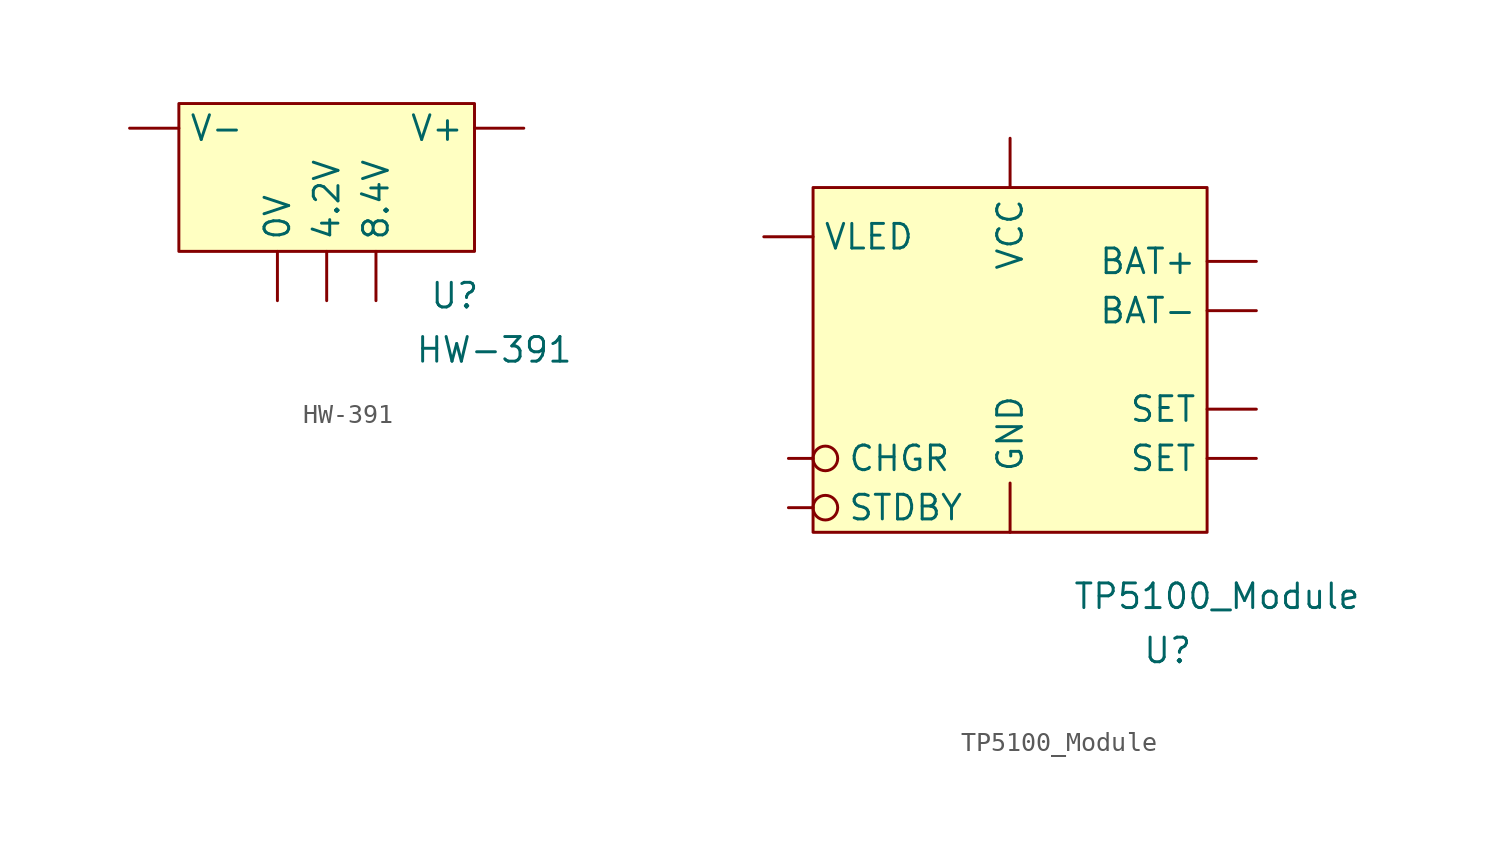
<source format=kicad_sym>
(kicad_symbol_lib
  (version 20231120)
  (generator "kicad_symbol_editor")
  (generator_version "8.0")
  (symbol "HW-391"
    (property "Reference" "U"
      (at 6.604 -8.636 0)
      (effects (font (size 1.27 1.27))))
    (property "Value" "HW-391"
      (at 8.636 -11.43 0)
      (effects (font (size 1.27 1.27))))
    (symbol "HW-391_0_1"
      (rectangle (start -7.62 1.27) (end 7.62 -6.35) (stroke (width 0) (type default)) (fill (type background))))
    (symbol "HW-391_1_1"
      (pin bidirectional line (at -2.54 -8.89 90) (length 2.54) (name "0V" (effects (font (size 1.27 1.27)))) (number "" (effects (font (size 1.27 1.27)))))
      (pin bidirectional line (at 0 -8.89 90) (length 2.54) (name "4.2V" (effects (font (size 1.27 1.27)))) (number "" (effects (font (size 1.27 1.27)))))
      (pin bidirectional line (at 2.54 -8.89 90) (length 2.54) (name "8.4V" (effects (font (size 1.27 1.27)))) (number "" (effects (font (size 1.27 1.27)))))
      (pin bidirectional line (at 10.16 0 180) (length 2.54) (name "V+" (effects (font (size 1.27 1.27)))) (number "" (effects (font (size 1.27 1.27)))))
      (pin bidirectional line (at -10.16 0 0) (length 2.54) (name "V-" (effects (font (size 1.27 1.27)))) (number "" (effects (font (size 1.27 1.27)))))))
  (symbol "TP5100_Module"
    (property "Reference" "U"
      (at 8.128 -18.796 0)
      (effects (font (size 1.27 1.27))))
    (property "Value" "TP5100_Module"
      (at 10.668 -16.002 0)
      (effects (font (size 1.27 1.27))))
    (symbol "TP5100_Module_0_1"
      (rectangle (start -10.16 5.08) (end 10.16 -12.7) (stroke (width 0) (type default)) (fill (type background))))
    (symbol "TP5100_Module_1_1"
      (pin bidirectional line (at 12.7 1.27 180) (length 2.54) (name "BAT+" (effects (font (size 1.27 1.27)))) (number "" (effects (font (size 1.27 1.27)))))
      (pin bidirectional line (at 12.7 -1.27 180) (length 2.54) (name "BAT-" (effects (font (size 1.27 1.27)))) (number "" (effects (font (size 1.27 1.27)))))
      (pin output inverted (at -11.43 -8.89 0) (length 2.54) (name "CHGR" (effects (font (size 1.27 1.27)))) (number "" (effects (font (size 1.27 1.27)))))
      (pin power_in line (at 0 -12.7 90) (length 2.54) (name "GND" (effects (font (size 1.27 1.27)))) (number "" (effects (font (size 1.27 1.27)))))
      (pin passive line (at 12.7 -8.89 180) (length 2.54) (name "SET" (effects (font (size 1.27 1.27)))) (number "" (effects (font (size 1.27 1.27)))))
      (pin passive line (at 12.7 -6.35 180) (length 2.54) (name "SET" (effects (font (size 1.27 1.27)))) (number "" (effects (font (size 1.27 1.27)))))
      (pin output inverted (at -11.43 -11.43 0) (length 2.54) (name "STDBY" (effects (font (size 1.27 1.27)))) (number "" (effects (font (size 1.27 1.27)))))
      (pin power_in line (at 0 7.62 270) (length 2.54) (name "VCC" (effects (font (size 1.27 1.27)))) (number "" (effects (font (size 1.27 1.27)))))
      (pin output line (at -12.7 2.54 0) (length 2.54) (name "VLED" (effects (font (size 1.27 1.27)))) (number "" (effects (font (size 1.27 1.27))))))))
</source>
